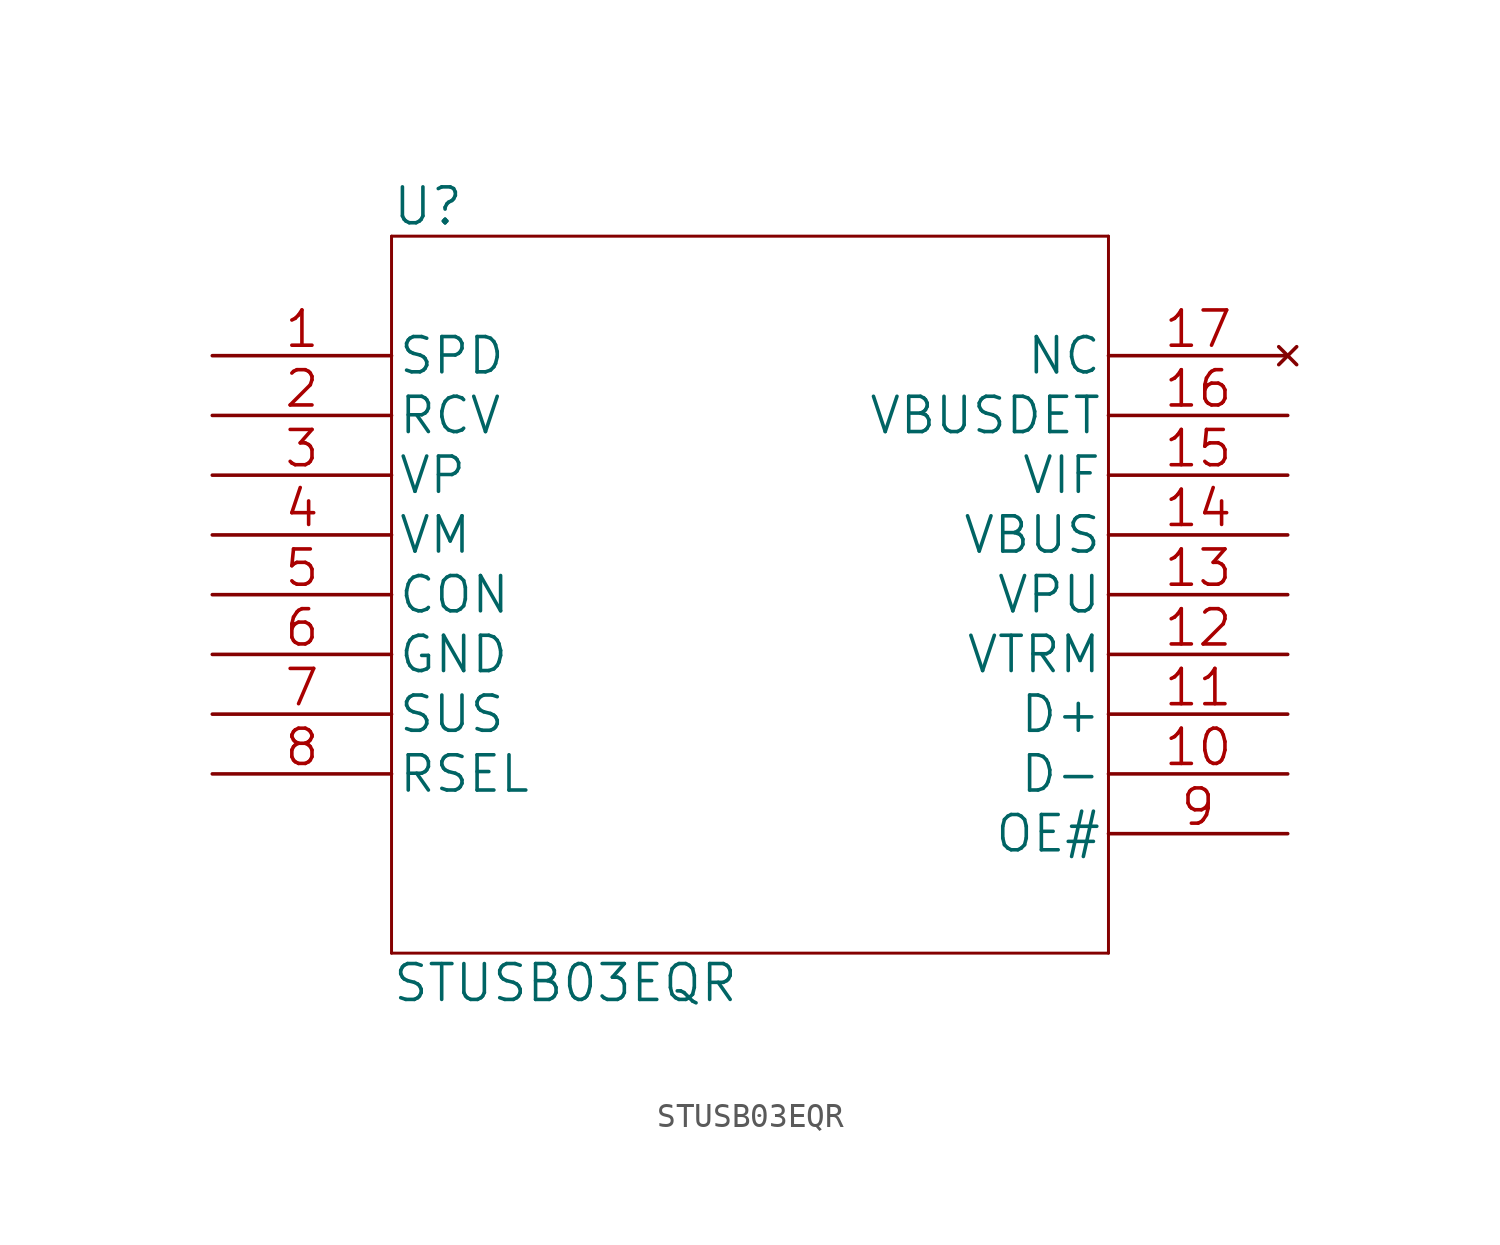
<source format=kicad_sym>
(kicad_symbol_lib
  (version 20220914)
  (generator kicad_symbol_editor)
  (symbol "STUSB03EQR"
    (pin_names
      (offset 0.254))
    (property "Reference" "U"
      (at 0 1.27 0)
      (effects (font (size 1.524 1.524)) (justify left)))
    (property "Value" "STUSB03EQR"
      (at 0 -31.75 0)
      (effects (font (size 1.524 1.524)) (justify left)))
    (symbol "STUSB03EQR_1_1"
      (polyline (pts (xy 0 -30.48) (xy 30.48 -30.48)) (stroke (width 0.127) (type solid)) (fill (type none)))
      (polyline (pts (xy 0 0) (xy 0 -30.48)) (stroke (width 0.127) (type solid)) (fill (type none)))
      (polyline (pts (xy 30.48 -30.48) (xy 30.48 0)) (stroke (width 0.127) (type solid)) (fill (type none)))
      (polyline (pts (xy 30.48 0) (xy 0 0)) (stroke (width 0.127) (type solid)) (fill (type none)))
      (pin unspecified line (at -7.62 -5.08 0) (length 7.62) (name "SPD" (effects (font (size 1.499 1.499)))) (number "1" (effects (font (size 1.499 1.499)))))
      (pin unspecified line (at 38.1 -22.86 180) (length 7.62) (name "D-" (effects (font (size 1.499 1.499)))) (number "10" (effects (font (size 1.499 1.499)))))
      (pin unspecified line (at 38.1 -20.32 180) (length 7.62) (name "D+" (effects (font (size 1.499 1.499)))) (number "11" (effects (font (size 1.499 1.499)))))
      (pin unspecified line (at 38.1 -17.78 180) (length 7.62) (name "VTRM" (effects (font (size 1.499 1.499)))) (number "12" (effects (font (size 1.499 1.499)))))
      (pin unspecified line (at 38.1 -15.24 180) (length 7.62) (name "VPU" (effects (font (size 1.499 1.499)))) (number "13" (effects (font (size 1.499 1.499)))))
      (pin unspecified line (at 38.1 -12.7 180) (length 7.62) (name "VBUS" (effects (font (size 1.499 1.499)))) (number "14" (effects (font (size 1.499 1.499)))))
      (pin unspecified line (at 38.1 -10.16 180) (length 7.62) (name "VIF" (effects (font (size 1.499 1.499)))) (number "15" (effects (font (size 1.499 1.499)))))
      (pin unspecified line (at 38.1 -7.62 180) (length 7.62) (name "VBUSDET" (effects (font (size 1.499 1.499)))) (number "16" (effects (font (size 1.499 1.499)))))
      (pin no_connect line (at 38.1 -5.08 180) (length 7.62) (name "NC" (effects (font (size 1.499 1.499)))) (number "17" (effects (font (size 1.499 1.499)))))
      (pin unspecified line (at -7.62 -7.62 0) (length 7.62) (name "RCV" (effects (font (size 1.499 1.499)))) (number "2" (effects (font (size 1.499 1.499)))))
      (pin unspecified line (at -7.62 -10.16 0) (length 7.62) (name "VP" (effects (font (size 1.499 1.499)))) (number "3" (effects (font (size 1.499 1.499)))))
      (pin unspecified line (at -7.62 -12.7 0) (length 7.62) (name "VM" (effects (font (size 1.499 1.499)))) (number "4" (effects (font (size 1.499 1.499)))))
      (pin unspecified line (at -7.62 -15.24 0) (length 7.62) (name "CON" (effects (font (size 1.499 1.499)))) (number "5" (effects (font (size 1.499 1.499)))))
      (pin power_in line (at -7.62 -17.78 0) (length 7.62) (name "GND" (effects (font (size 1.499 1.499)))) (number "6" (effects (font (size 1.499 1.499)))))
      (pin unspecified line (at -7.62 -20.32 0) (length 7.62) (name "SUS" (effects (font (size 1.499 1.499)))) (number "7" (effects (font (size 1.499 1.499)))))
      (pin unspecified line (at -7.62 -22.86 0) (length 7.62) (name "RSEL" (effects (font (size 1.499 1.499)))) (number "8" (effects (font (size 1.499 1.499)))))
      (pin unspecified line (at 38.1 -25.4 180) (length 7.62) (name "OE#" (effects (font (size 1.499 1.499)))) (number "9" (effects (font (size 1.499 1.499))))))))
</source>
